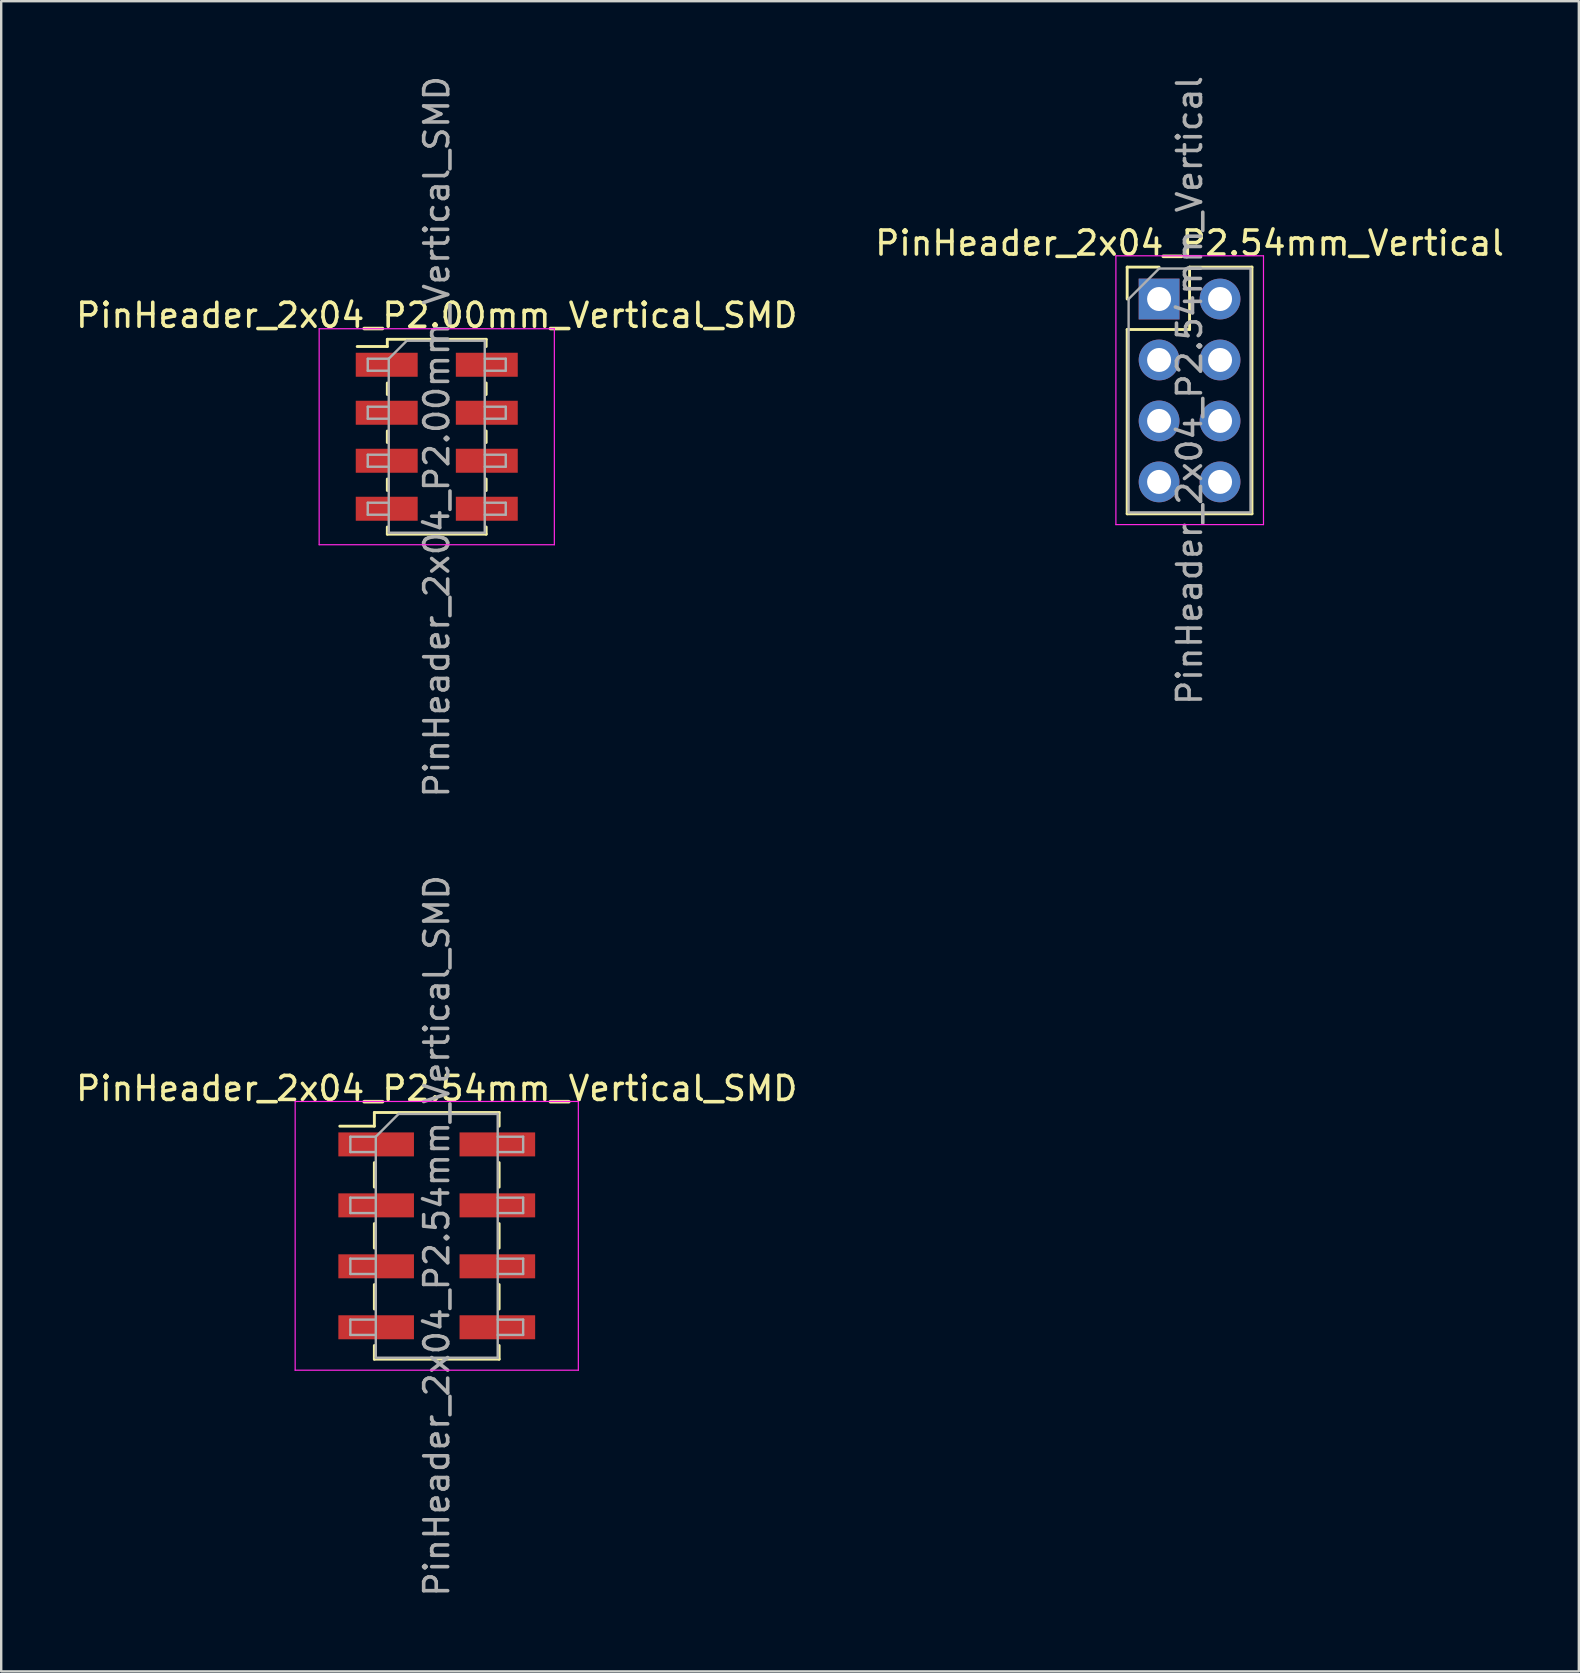
<source format=kicad_pcb>
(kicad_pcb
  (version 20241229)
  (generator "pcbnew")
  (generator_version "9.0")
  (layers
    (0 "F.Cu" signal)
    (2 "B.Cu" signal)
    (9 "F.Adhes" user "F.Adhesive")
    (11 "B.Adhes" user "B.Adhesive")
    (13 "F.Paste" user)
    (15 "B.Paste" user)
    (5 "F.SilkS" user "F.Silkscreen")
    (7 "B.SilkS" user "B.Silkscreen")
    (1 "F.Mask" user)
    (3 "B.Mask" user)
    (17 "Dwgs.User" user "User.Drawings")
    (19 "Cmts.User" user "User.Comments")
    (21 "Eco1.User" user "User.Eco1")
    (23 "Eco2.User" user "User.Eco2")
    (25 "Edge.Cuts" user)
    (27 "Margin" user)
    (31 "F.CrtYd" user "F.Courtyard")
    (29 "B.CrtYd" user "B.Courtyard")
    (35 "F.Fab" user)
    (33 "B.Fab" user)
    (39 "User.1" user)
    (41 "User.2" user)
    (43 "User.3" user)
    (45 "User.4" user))
  (footprint "PinHeader_2x04_P2.54mm_Vertical"
    (layer "F.Cu")
    (at 45.248 9.41)
    (property "Reference" "PinHeader_2x04_P2.54mm_Vertical" (at 1.27 -2.33 0) (layer "F.SilkS") (effects (font (size 1 1) (thickness 0.15))))
    (attr through_hole)
    (fp_line (start -1.33 -1.33) (end 0 -1.33) (stroke (width 0.12) (type solid)) (layer "F.SilkS"))
    (fp_line (start -1.33 0) (end -1.33 -1.33) (stroke (width 0.12) (type solid)) (layer "F.SilkS"))
    (fp_line (start -1.33 1.27) (end -1.33 8.95) (stroke (width 0.12) (type solid)) (layer "F.SilkS"))
    (fp_line (start -1.33 1.27) (end 1.27 1.27) (stroke (width 0.12) (type solid)) (layer "F.SilkS"))
    (fp_line (start -1.33 8.95) (end 3.87 8.95) (stroke (width 0.12) (type solid)) (layer "F.SilkS"))
    (fp_line (start 1.27 -1.33) (end 3.87 -1.33) (stroke (width 0.12) (type solid)) (layer "F.SilkS"))
    (fp_line (start 1.27 1.27) (end 1.27 -1.33) (stroke (width 0.12) (type solid)) (layer "F.SilkS"))
    (fp_line (start 3.87 -1.33) (end 3.87 8.95) (stroke (width 0.12) (type solid)) (layer "F.SilkS"))
    (fp_line (start -1.8 -1.8) (end -1.8 9.4) (stroke (width 0.05) (type solid)) (layer "F.CrtYd"))
    (fp_line (start -1.8 9.4) (end 4.35 9.4) (stroke (width 0.05) (type solid)) (layer "F.CrtYd"))
    (fp_line (start 4.35 -1.8) (end -1.8 -1.8) (stroke (width 0.05) (type solid)) (layer "F.CrtYd"))
    (fp_line (start 4.35 9.4) (end 4.35 -1.8) (stroke (width 0.05) (type solid)) (layer "F.CrtYd"))
    (fp_line (start -1.27 0) (end 0 -1.27) (stroke (width 0.1) (type solid)) (layer "F.Fab"))
    (fp_line (start -1.27 8.89) (end -1.27 0) (stroke (width 0.1) (type solid)) (layer "F.Fab"))
    (fp_line (start 0 -1.27) (end 3.81 -1.27) (stroke (width 0.1) (type solid)) (layer "F.Fab"))
    (fp_line (start 3.81 -1.27) (end 3.81 8.89) (stroke (width 0.1) (type solid)) (layer "F.Fab"))
    (fp_line (start 3.81 8.89) (end -1.27 8.89) (stroke (width 0.1) (type solid)) (layer "F.Fab"))
    (fp_text user "${REFERENCE}" (at 1.27 3.81 90) (layer "F.Fab") (effects (font (size 1 1) (thickness 0.15))))
    (pad "1" thru_hole rect (at 0 0) (size 1.7 1.7) (drill 1) (layers "*.Cu" "*.Mask"))
    (pad "2" thru_hole oval (at 2.54 0) (size 1.7 1.7) (drill 1) (layers "*.Cu" "*.Mask"))
    (pad "3" thru_hole oval (at 0 2.54) (size 1.7 1.7) (drill 1) (layers "*.Cu" "*.Mask"))
    (pad "4" thru_hole oval (at 2.54 2.54) (size 1.7 1.7) (drill 1) (layers "*.Cu" "*.Mask"))
    (pad "5" thru_hole oval (at 0 5.08) (size 1.7 1.7) (drill 1) (layers "*.Cu" "*.Mask"))
    (pad "6" thru_hole oval (at 2.54 5.08) (size 1.7 1.7) (drill 1) (layers "*.Cu" "*.Mask"))
    (pad "7" thru_hole oval (at 0 7.62) (size 1.7 1.7) (drill 1) (layers "*.Cu" "*.Mask"))
    (pad "8" thru_hole oval (at 2.54 7.62) (size 1.7 1.7) (drill 1) (layers "*.Cu" "*.Mask")))
  (footprint "PinHeader_2x04_P2.54mm_Vertical_SMD"
    (layer "F.Cu")
    (at 15.149 48.446)
    (property "Reference" "PinHeader_2x04_P2.54mm_Vertical_SMD" (at 0 -6.14 0) (layer "F.SilkS") (effects (font (size 1 1) (thickness 0.15))))
    (attr smd)
    (fp_line (start -4.04 -4.57) (end -2.6 -4.57) (stroke (width 0.12) (type solid)) (layer "F.SilkS"))
    (fp_line (start -2.6 -5.14) (end -2.6 -4.57) (stroke (width 0.12) (type solid)) (layer "F.SilkS"))
    (fp_line (start -2.6 -5.14) (end 2.6 -5.14) (stroke (width 0.12) (type solid)) (layer "F.SilkS"))
    (fp_line (start -2.6 -3.05) (end -2.6 -2.03) (stroke (width 0.12) (type solid)) (layer "F.SilkS"))
    (fp_line (start -2.6 -0.51) (end -2.6 0.51) (stroke (width 0.12) (type solid)) (layer "F.SilkS"))
    (fp_line (start -2.6 2.03) (end -2.6 3.05) (stroke (width 0.12) (type solid)) (layer "F.SilkS"))
    (fp_line (start -2.6 4.57) (end -2.6 5.14) (stroke (width 0.12) (type solid)) (layer "F.SilkS"))
    (fp_line (start -2.6 5.14) (end 2.6 5.14) (stroke (width 0.12) (type solid)) (layer "F.SilkS"))
    (fp_line (start 2.6 -5.14) (end 2.6 -4.57) (stroke (width 0.12) (type solid)) (layer "F.SilkS"))
    (fp_line (start 2.6 -3.05) (end 2.6 -2.03) (stroke (width 0.12) (type solid)) (layer "F.SilkS"))
    (fp_line (start 2.6 -0.51) (end 2.6 0.51) (stroke (width 0.12) (type solid)) (layer "F.SilkS"))
    (fp_line (start 2.6 2.03) (end 2.6 3.05) (stroke (width 0.12) (type solid)) (layer "F.SilkS"))
    (fp_line (start 2.6 4.57) (end 2.6 5.14) (stroke (width 0.12) (type solid)) (layer "F.SilkS"))
    (fp_line (start -5.9 -5.6) (end -5.9 5.6) (stroke (width 0.05) (type solid)) (layer "F.CrtYd"))
    (fp_line (start -5.9 5.6) (end 5.9 5.6) (stroke (width 0.05) (type solid)) (layer "F.CrtYd"))
    (fp_line (start 5.9 -5.6) (end -5.9 -5.6) (stroke (width 0.05) (type solid)) (layer "F.CrtYd"))
    (fp_line (start 5.9 5.6) (end 5.9 -5.6) (stroke (width 0.05) (type solid)) (layer "F.CrtYd"))
    (fp_line (start -3.6 -4.13) (end -3.6 -3.49) (stroke (width 0.1) (type solid)) (layer "F.Fab"))
    (fp_line (start -3.6 -3.49) (end -2.54 -3.49) (stroke (width 0.1) (type solid)) (layer "F.Fab"))
    (fp_line (start -3.6 -1.59) (end -3.6 -0.95) (stroke (width 0.1) (type solid)) (layer "F.Fab"))
    (fp_line (start -3.6 -0.95) (end -2.54 -0.95) (stroke (width 0.1) (type solid)) (layer "F.Fab"))
    (fp_line (start -3.6 0.95) (end -3.6 1.59) (stroke (width 0.1) (type solid)) (layer "F.Fab"))
    (fp_line (start -3.6 1.59) (end -2.54 1.59) (stroke (width 0.1) (type solid)) (layer "F.Fab"))
    (fp_line (start -3.6 3.49) (end -3.6 4.13) (stroke (width 0.1) (type solid)) (layer "F.Fab"))
    (fp_line (start -3.6 4.13) (end -2.54 4.13) (stroke (width 0.1) (type solid)) (layer "F.Fab"))
    (fp_line (start -2.54 -4.13) (end -3.6 -4.13) (stroke (width 0.1) (type solid)) (layer "F.Fab"))
    (fp_line (start -2.54 -4.13) (end -1.59 -5.08) (stroke (width 0.1) (type solid)) (layer "F.Fab"))
    (fp_line (start -2.54 -1.59) (end -3.6 -1.59) (stroke (width 0.1) (type solid)) (layer "F.Fab"))
    (fp_line (start -2.54 0.95) (end -3.6 0.95) (stroke (width 0.1) (type solid)) (layer "F.Fab"))
    (fp_line (start -2.54 3.49) (end -3.6 3.49) (stroke (width 0.1) (type solid)) (layer "F.Fab"))
    (fp_line (start -2.54 5.08) (end -2.54 -4.13) (stroke (width 0.1) (type solid)) (layer "F.Fab"))
    (fp_line (start -1.59 -5.08) (end 2.54 -5.08) (stroke (width 0.1) (type solid)) (layer "F.Fab"))
    (fp_line (start 2.54 -5.08) (end 2.54 5.08) (stroke (width 0.1) (type solid)) (layer "F.Fab"))
    (fp_line (start 2.54 -4.13) (end 3.6 -4.13) (stroke (width 0.1) (type solid)) (layer "F.Fab"))
    (fp_line (start 2.54 -1.59) (end 3.6 -1.59) (stroke (width 0.1) (type solid)) (layer "F.Fab"))
    (fp_line (start 2.54 0.95) (end 3.6 0.95) (stroke (width 0.1) (type solid)) (layer "F.Fab"))
    (fp_line (start 2.54 3.49) (end 3.6 3.49) (stroke (width 0.1) (type solid)) (layer "F.Fab"))
    (fp_line (start 2.54 5.08) (end -2.54 5.08) (stroke (width 0.1) (type solid)) (layer "F.Fab"))
    (fp_line (start 3.6 -4.13) (end 3.6 -3.49) (stroke (width 0.1) (type solid)) (layer "F.Fab"))
    (fp_line (start 3.6 -3.49) (end 2.54 -3.49) (stroke (width 0.1) (type solid)) (layer "F.Fab"))
    (fp_line (start 3.6 -1.59) (end 3.6 -0.95) (stroke (width 0.1) (type solid)) (layer "F.Fab"))
    (fp_line (start 3.6 -0.95) (end 2.54 -0.95) (stroke (width 0.1) (type solid)) (layer "F.Fab"))
    (fp_line (start 3.6 0.95) (end 3.6 1.59) (stroke (width 0.1) (type solid)) (layer "F.Fab"))
    (fp_line (start 3.6 1.59) (end 2.54 1.59) (stroke (width 0.1) (type solid)) (layer "F.Fab"))
    (fp_line (start 3.6 3.49) (end 3.6 4.13) (stroke (width 0.1) (type solid)) (layer "F.Fab"))
    (fp_line (start 3.6 4.13) (end 2.54 4.13) (stroke (width 0.1) (type solid)) (layer "F.Fab"))
    (fp_text user "${REFERENCE}" (at 0 0 90) (layer "F.Fab") (effects (font (size 1 1) (thickness 0.15))))
    (pad "1" smd rect (at -2.525 -3.81) (size 3.15 1) (layers "F.Cu" "F.Mask" "F.Paste"))
    (pad "2" smd rect (at 2.525 -3.81) (size 3.15 1) (layers "F.Cu" "F.Mask" "F.Paste"))
    (pad "3" smd rect (at -2.525 -1.27) (size 3.15 1) (layers "F.Cu" "F.Mask" "F.Paste"))
    (pad "4" smd rect (at 2.525 -1.27) (size 3.15 1) (layers "F.Cu" "F.Mask" "F.Paste"))
    (pad "5" smd rect (at -2.525 1.27) (size 3.15 1) (layers "F.Cu" "F.Mask" "F.Paste"))
    (pad "6" smd rect (at 2.525 1.27) (size 3.15 1) (layers "F.Cu" "F.Mask" "F.Paste"))
    (pad "7" smd rect (at -2.525 3.81) (size 3.15 1) (layers "F.Cu" "F.Mask" "F.Paste"))
    (pad "8" smd rect (at 2.525 3.81) (size 3.15 1) (layers "F.Cu" "F.Mask" "F.Paste")))
  (footprint "PinHeader_2x04_P2.00mm_Vertical_SMD"
    (layer "F.Cu")
    (at 15.149 15.149)
    (property "Reference" "PinHeader_2x04_P2.00mm_Vertical_SMD" (at 0 -5.06 0) (layer "F.SilkS") (effects (font (size 1 1) (thickness 0.15))))
    (attr smd)
    (fp_line (start -3.315 -3.76) (end -2.06 -3.76) (stroke (width 0.12) (type solid)) (layer "F.SilkS"))
    (fp_line (start -2.06 -4.06) (end -2.06 -3.76) (stroke (width 0.12) (type solid)) (layer "F.SilkS"))
    (fp_line (start -2.06 -4.06) (end 2.06 -4.06) (stroke (width 0.12) (type solid)) (layer "F.SilkS"))
    (fp_line (start -2.06 -2.24) (end -2.06 -1.76) (stroke (width 0.12) (type solid)) (layer "F.SilkS"))
    (fp_line (start -2.06 -0.24) (end -2.06 0.24) (stroke (width 0.12) (type solid)) (layer "F.SilkS"))
    (fp_line (start -2.06 1.76) (end -2.06 2.24) (stroke (width 0.12) (type solid)) (layer "F.SilkS"))
    (fp_line (start -2.06 3.76) (end -2.06 4.06) (stroke (width 0.12) (type solid)) (layer "F.SilkS"))
    (fp_line (start -2.06 4.06) (end 2.06 4.06) (stroke (width 0.12) (type solid)) (layer "F.SilkS"))
    (fp_line (start 2.06 -4.06) (end 2.06 -3.76) (stroke (width 0.12) (type solid)) (layer "F.SilkS"))
    (fp_line (start 2.06 -2.24) (end 2.06 -1.76) (stroke (width 0.12) (type solid)) (layer "F.SilkS"))
    (fp_line (start 2.06 -0.24) (end 2.06 0.24) (stroke (width 0.12) (type solid)) (layer "F.SilkS"))
    (fp_line (start 2.06 1.76) (end 2.06 2.24) (stroke (width 0.12) (type solid)) (layer "F.SilkS"))
    (fp_line (start 2.06 3.76) (end 2.06 4.06) (stroke (width 0.12) (type solid)) (layer "F.SilkS"))
    (fp_line (start -4.9 -4.5) (end -4.9 4.5) (stroke (width 0.05) (type solid)) (layer "F.CrtYd"))
    (fp_line (start -4.9 4.5) (end 4.9 4.5) (stroke (width 0.05) (type solid)) (layer "F.CrtYd"))
    (fp_line (start 4.9 -4.5) (end -4.9 -4.5) (stroke (width 0.05) (type solid)) (layer "F.CrtYd"))
    (fp_line (start 4.9 4.5) (end 4.9 -4.5) (stroke (width 0.05) (type solid)) (layer "F.CrtYd"))
    (fp_line (start -2.875 -3.25) (end -2.875 -2.75) (stroke (width 0.1) (type solid)) (layer "F.Fab"))
    (fp_line (start -2.875 -2.75) (end -2 -2.75) (stroke (width 0.1) (type solid)) (layer "F.Fab"))
    (fp_line (start -2.875 -1.25) (end -2.875 -0.75) (stroke (width 0.1) (type solid)) (layer "F.Fab"))
    (fp_line (start -2.875 -0.75) (end -2 -0.75) (stroke (width 0.1) (type solid)) (layer "F.Fab"))
    (fp_line (start -2.875 0.75) (end -2.875 1.25) (stroke (width 0.1) (type solid)) (layer "F.Fab"))
    (fp_line (start -2.875 1.25) (end -2 1.25) (stroke (width 0.1) (type solid)) (layer "F.Fab"))
    (fp_line (start -2.875 2.75) (end -2.875 3.25) (stroke (width 0.1) (type solid)) (layer "F.Fab"))
    (fp_line (start -2.875 3.25) (end -2 3.25) (stroke (width 0.1) (type solid)) (layer "F.Fab"))
    (fp_line (start -2 -3.25) (end -2.875 -3.25) (stroke (width 0.1) (type solid)) (layer "F.Fab"))
    (fp_line (start -2 -3.25) (end -1.25 -4) (stroke (width 0.1) (type solid)) (layer "F.Fab"))
    (fp_line (start -2 -1.25) (end -2.875 -1.25) (stroke (width 0.1) (type solid)) (layer "F.Fab"))
    (fp_line (start -2 0.75) (end -2.875 0.75) (stroke (width 0.1) (type solid)) (layer "F.Fab"))
    (fp_line (start -2 2.75) (end -2.875 2.75) (stroke (width 0.1) (type solid)) (layer "F.Fab"))
    (fp_line (start -2 4) (end -2 -3.25) (stroke (width 0.1) (type solid)) (layer "F.Fab"))
    (fp_line (start -1.25 -4) (end 2 -4) (stroke (width 0.1) (type solid)) (layer "F.Fab"))
    (fp_line (start 2 -4) (end 2 4) (stroke (width 0.1) (type solid)) (layer "F.Fab"))
    (fp_line (start 2 -3.25) (end 2.875 -3.25) (stroke (width 0.1) (type solid)) (layer "F.Fab"))
    (fp_line (start 2 -1.25) (end 2.875 -1.25) (stroke (width 0.1) (type solid)) (layer "F.Fab"))
    (fp_line (start 2 0.75) (end 2.875 0.75) (stroke (width 0.1) (type solid)) (layer "F.Fab"))
    (fp_line (start 2 2.75) (end 2.875 2.75) (stroke (width 0.1) (type solid)) (layer "F.Fab"))
    (fp_line (start 2 4) (end -2 4) (stroke (width 0.1) (type solid)) (layer "F.Fab"))
    (fp_line (start 2.875 -3.25) (end 2.875 -2.75) (stroke (width 0.1) (type solid)) (layer "F.Fab"))
    (fp_line (start 2.875 -2.75) (end 2 -2.75) (stroke (width 0.1) (type solid)) (layer "F.Fab"))
    (fp_line (start 2.875 -1.25) (end 2.875 -0.75) (stroke (width 0.1) (type solid)) (layer "F.Fab"))
    (fp_line (start 2.875 -0.75) (end 2 -0.75) (stroke (width 0.1) (type solid)) (layer "F.Fab"))
    (fp_line (start 2.875 0.75) (end 2.875 1.25) (stroke (width 0.1) (type solid)) (layer "F.Fab"))
    (fp_line (start 2.875 1.25) (end 2 1.25) (stroke (width 0.1) (type solid)) (layer "F.Fab"))
    (fp_line (start 2.875 2.75) (end 2.875 3.25) (stroke (width 0.1) (type solid)) (layer "F.Fab"))
    (fp_line (start 2.875 3.25) (end 2 3.25) (stroke (width 0.1) (type solid)) (layer "F.Fab"))
    (fp_text user "${REFERENCE}" (at 0 0 90) (layer "F.Fab") (effects (font (size 1 1) (thickness 0.15))))
    (pad "1" smd rect (at -2.085 -3) (size 2.58 1) (layers "F.Cu" "F.Mask" "F.Paste"))
    (pad "2" smd rect (at 2.085 -3) (size 2.58 1) (layers "F.Cu" "F.Mask" "F.Paste"))
    (pad "3" smd rect (at -2.085 -1) (size 2.58 1) (layers "F.Cu" "F.Mask" "F.Paste"))
    (pad "4" smd rect (at 2.085 -1) (size 2.58 1) (layers "F.Cu" "F.Mask" "F.Paste"))
    (pad "5" smd rect (at -2.085 1) (size 2.58 1) (layers "F.Cu" "F.Mask" "F.Paste"))
    (pad "6" smd rect (at 2.085 1) (size 2.58 1) (layers "F.Cu" "F.Mask" "F.Paste"))
    (pad "7" smd rect (at -2.085 3) (size 2.58 1) (layers "F.Cu" "F.Mask" "F.Paste"))
    (pad "8" smd rect (at 2.085 3) (size 2.58 1) (layers "F.Cu" "F.Mask" "F.Paste")))
  (gr_rect
    (start -3 -3)
    (end 62.738 66.595)
    (stroke (width 0.1) (type default))
    (fill no)
    (layer "Edge.Cuts")))
</source>
